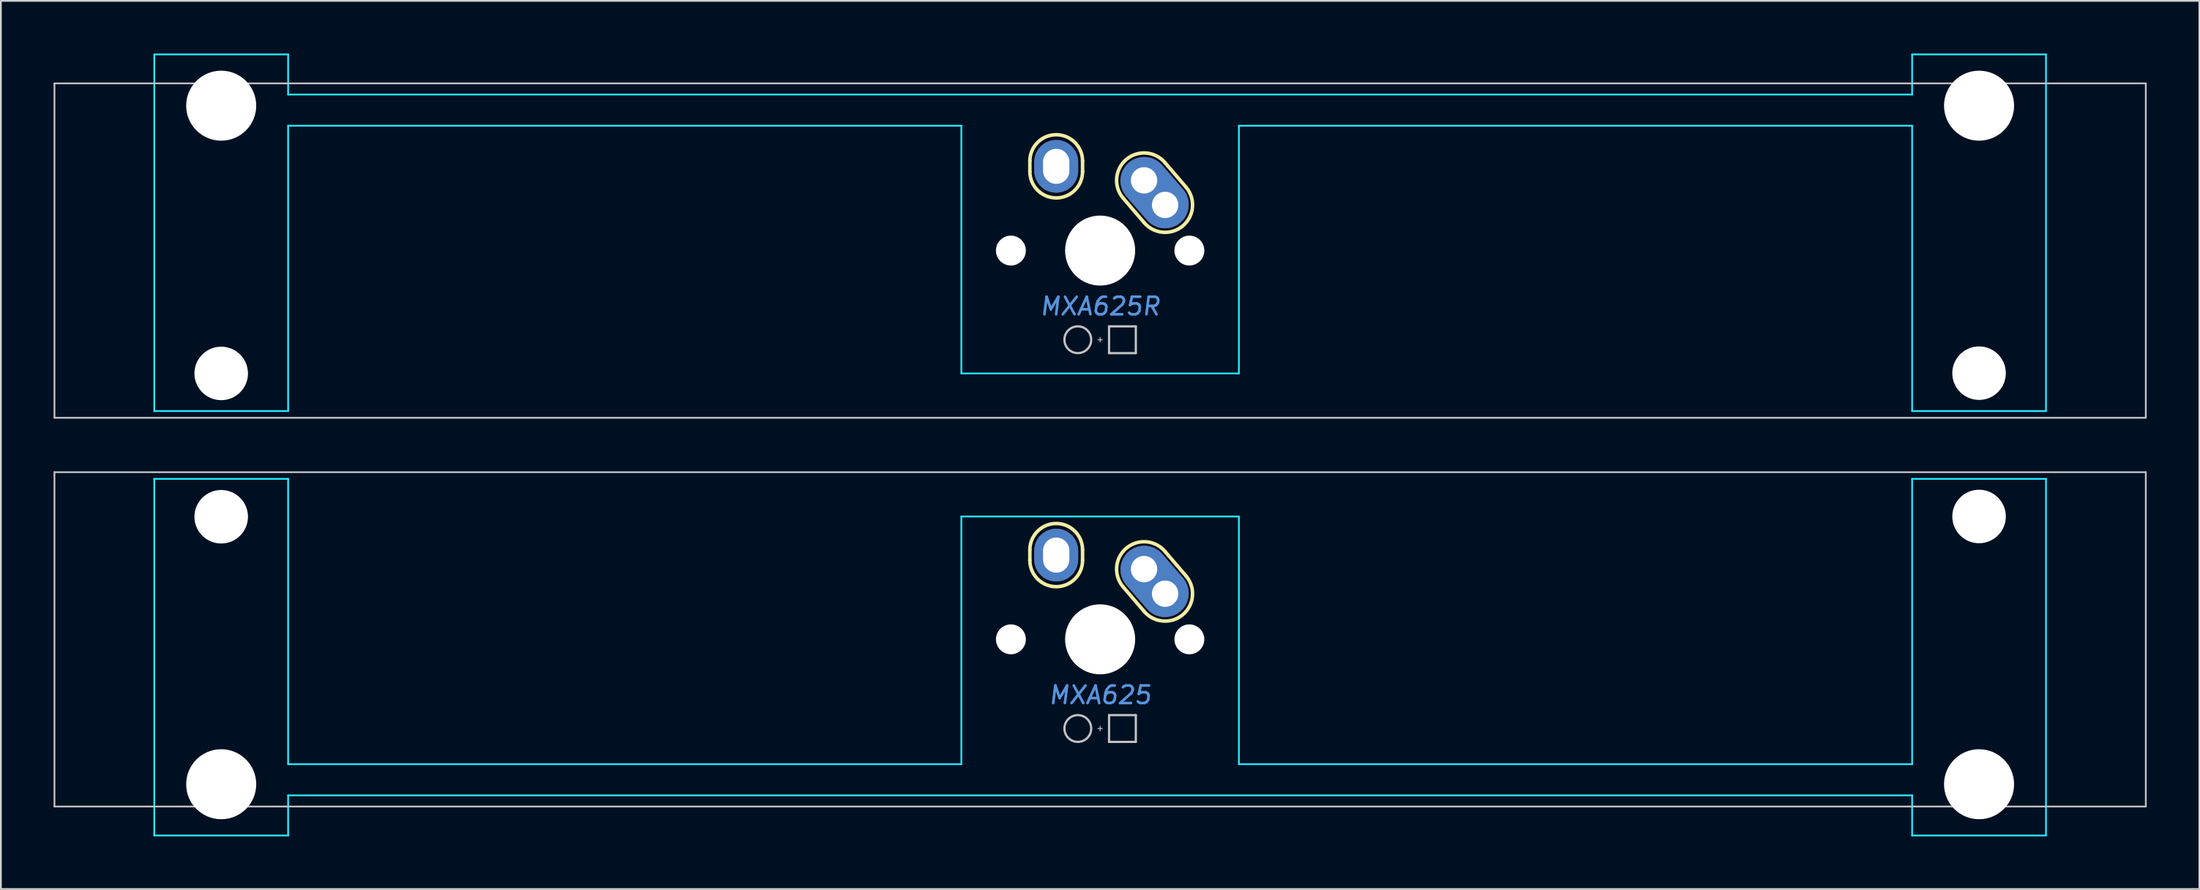
<source format=kicad_pcb>
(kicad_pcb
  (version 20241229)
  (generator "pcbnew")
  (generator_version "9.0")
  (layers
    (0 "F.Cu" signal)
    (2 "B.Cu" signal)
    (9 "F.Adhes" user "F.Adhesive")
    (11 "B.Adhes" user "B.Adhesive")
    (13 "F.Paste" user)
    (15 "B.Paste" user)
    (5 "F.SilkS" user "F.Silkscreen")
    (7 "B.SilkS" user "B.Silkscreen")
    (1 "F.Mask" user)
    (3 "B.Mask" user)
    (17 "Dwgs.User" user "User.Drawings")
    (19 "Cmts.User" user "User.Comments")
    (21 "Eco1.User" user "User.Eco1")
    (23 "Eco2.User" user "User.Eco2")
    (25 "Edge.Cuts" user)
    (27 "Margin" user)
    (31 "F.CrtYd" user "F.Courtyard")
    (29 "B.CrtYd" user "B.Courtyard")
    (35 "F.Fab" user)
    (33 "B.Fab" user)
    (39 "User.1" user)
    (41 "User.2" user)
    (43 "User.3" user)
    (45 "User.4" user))
  (footprint "MXA625"
    (layer "F.Cu")
    (at 59.581 33.376)
    (property "Reference" "MXA625" (at 0 3.175 0) (layer "Cmts.User") (effects (font (size 1 1) (thickness 0.15) (italic yes))))
    (attr through_hole)
    (fp_line (start -4 -4.5) (end -4 -5.1) (stroke (width 0.2) (type solid)) (layer "F.SilkS"))
    (fp_line (start -1 -4.5) (end -1 -5.1) (stroke (width 0.2) (type solid)) (layer "F.SilkS"))
    (fp_line (start 1.3 -3) (end 2.5 -1.6) (stroke (width 0.2) (type solid)) (layer "F.SilkS"))
    (fp_line (start 3.7 -5) (end 4.9 -3.6) (stroke (width 0.2) (type solid)) (layer "F.SilkS"))
    (fp_arc (start -4 -5.1) (mid -2.5 -6.6) (end -1 -5.1) (stroke (width 0.2) (type solid)) (layer "F.SilkS"))
    (fp_arc (start -1 -4.5) (mid -2.5 -3) (end -4 -4.5) (stroke (width 0.2) (type solid)) (layer "F.SilkS"))
    (fp_arc (start 1.3 -3) (mid 1.5 -5.2) (end 3.7 -5) (stroke (width 0.2) (type solid)) (layer "F.SilkS"))
    (fp_arc (start 4.9 -3.6) (mid 4.7 -1.4) (end 2.5 -1.6) (stroke (width 0.2) (type solid)) (layer "F.SilkS"))
    (fp_line (start -59.531 -9.525) (end -59.531 9.525) (stroke (width 0.1) (type solid)) (layer "Dwgs.User"))
    (fp_line (start -59.531 -9.525) (end 59.531 -9.525) (stroke (width 0.1) (type solid)) (layer "Dwgs.User"))
    (fp_line (start -59.531 9.525) (end 59.531 9.525) (stroke (width 0.1) (type solid)) (layer "Dwgs.User"))
    (fp_line (start -0.127 5.08) (end 0.127 5.08) (stroke (width 0.051) (type solid)) (layer "Dwgs.User"))
    (fp_line (start 0 5.207) (end 0 4.953) (stroke (width 0.051) (type solid)) (layer "Dwgs.User"))
    (fp_line (start 0.508 4.318) (end 0.508 5.842) (stroke (width 0.127) (type solid)) (layer "Dwgs.User"))
    (fp_line (start 0.508 4.318) (end 2.032 4.318) (stroke (width 0.127) (type solid)) (layer "Dwgs.User"))
    (fp_line (start 0.508 5.842) (end 2.032 5.842) (stroke (width 0.127) (type solid)) (layer "Dwgs.User"))
    (fp_line (start 2.032 5.842) (end 2.032 4.318) (stroke (width 0.127) (type solid)) (layer "Dwgs.User"))
    (fp_line (start 59.531 -9.525) (end 59.531 9.525) (stroke (width 0.1) (type solid)) (layer "Dwgs.User"))
    (fp_circle (center -1.27 5.08) (end -0.508 5.08) (stroke (width 0.127) (type solid)) (fill no) (layer "Dwgs.User"))
    (fp_line (start -53.848 -9.144) (end -53.848 11.176) (stroke (width 0.1) (type solid)) (layer "B.CrtYd"))
    (fp_line (start -53.848 -9.144) (end -46.228 -9.144) (stroke (width 0.1) (type solid)) (layer "B.CrtYd"))
    (fp_line (start -53.848 11.176) (end -46.228 11.176) (stroke (width 0.1) (type solid)) (layer "B.CrtYd"))
    (fp_line (start -46.228 7.112) (end -46.228 -9.144) (stroke (width 0.1) (type solid)) (layer "B.CrtYd"))
    (fp_line (start -46.228 7.112) (end -7.9 7.112) (stroke (width 0.1) (type solid)) (layer "B.CrtYd"))
    (fp_line (start -46.228 8.89) (end -46.228 11.176) (stroke (width 0.1) (type solid)) (layer "B.CrtYd"))
    (fp_line (start -46.228 8.89) (end 46.228 8.89) (stroke (width 0.1) (type solid)) (layer "B.CrtYd"))
    (fp_line (start -7.9 -7) (end -7.9 7.112) (stroke (width 0.1) (type solid)) (layer "B.CrtYd"))
    (fp_line (start -7.9 -7) (end 7.9 -7) (stroke (width 0.1) (type solid)) (layer "B.CrtYd"))
    (fp_line (start 7.9 -7) (end 7.9 7.112) (stroke (width 0.1) (type solid)) (layer "B.CrtYd"))
    (fp_line (start 46.228 7.112) (end 7.9 7.112) (stroke (width 0.1) (type solid)) (layer "B.CrtYd"))
    (fp_line (start 46.228 7.112) (end 46.228 -9.144) (stroke (width 0.1) (type solid)) (layer "B.CrtYd"))
    (fp_line (start 46.228 8.89) (end 46.228 11.176) (stroke (width 0.1) (type solid)) (layer "B.CrtYd"))
    (fp_line (start 53.848 -9.144) (end 46.228 -9.144) (stroke (width 0.1) (type solid)) (layer "B.CrtYd"))
    (fp_line (start 53.848 -9.144) (end 53.848 11.176) (stroke (width 0.1) (type solid)) (layer "B.CrtYd"))
    (fp_line (start 53.848 11.176) (end 46.228 11.176) (stroke (width 0.1) (type solid)) (layer "B.CrtYd"))
    (pad "" np_thru_hole circle (at -50.038 -6.985 180) (size 3.048 3.048) (drill 3.048) (layers "*.Cu" "*.Mask"))
    (pad "" np_thru_hole circle (at -50.038 8.255 180) (size 3.988 3.988) (drill 3.988) (layers "*.Cu" "*.Mask"))
    (pad "" np_thru_hole circle (at -5.08 0) (size 1.702 1.702) (drill 1.702) (layers "*.Cu" "*.Mask"))
    (pad "" np_thru_hole circle (at 0 0) (size 3.988 3.988) (drill 3.988) (layers "*.Cu" "*.Mask"))
    (pad "" np_thru_hole circle (at 5.08 0) (size 1.702 1.702) (drill 1.702) (layers "*.Cu" "*.Mask"))
    (pad "" np_thru_hole circle (at 50.038 -7 180) (size 3.048 3.048) (drill 3.048) (layers "*.Cu" "*.Mask"))
    (pad "" np_thru_hole circle (at 50.038 8.255 180) (size 3.988 3.988) (drill 3.988) (layers "*.Cu" "*.Mask"))
    (pad "1" thru_hole oval (at -2.5 -4.8) (size 2.5 3) (drill oval 1.5 2) (layers "*.Cu" "*.Mask"))
    (pad "2" thru_hole circle (at 2.5 -4) (size 2.5 2.5) (drill 1.5) (layers "*.Cu" "*.Mask"))
    (pad "2" smd oval (at 3.1 -3.3 221) (size 2.7 4.5) (layers "F.Cu" "F.Mask"))
    (pad "2" smd oval (at 3.1 -3.3 221) (size 2.7 4.5) (layers "B.Cu" "B.Mask"))
    (pad "2" thru_hole circle (at 3.7 -2.6) (size 2.5 2.5) (drill 1.5) (layers "*.Cu" "*.Mask")))
  (footprint "MXA625R"
    (layer "F.Cu")
    (at 59.581 11.226)
    (property "Reference" "MXA625R" (at 0 3.175 0) (layer "Cmts.User") (effects (font (size 1 1) (thickness 0.15) (italic yes))))
    (attr through_hole)
    (fp_line (start -4 -4.5) (end -4 -5.1) (stroke (width 0.2) (type solid)) (layer "F.SilkS"))
    (fp_line (start -1 -4.5) (end -1 -5.1) (stroke (width 0.2) (type solid)) (layer "F.SilkS"))
    (fp_line (start 1.3 -3) (end 2.5 -1.6) (stroke (width 0.2) (type solid)) (layer "F.SilkS"))
    (fp_line (start 3.7 -5) (end 4.9 -3.6) (stroke (width 0.2) (type solid)) (layer "F.SilkS"))
    (fp_arc (start -4 -5.1) (mid -2.5 -6.6) (end -1 -5.1) (stroke (width 0.2) (type solid)) (layer "F.SilkS"))
    (fp_arc (start -1 -4.5) (mid -2.5 -3) (end -4 -4.5) (stroke (width 0.2) (type solid)) (layer "F.SilkS"))
    (fp_arc (start 1.3 -3) (mid 1.5 -5.2) (end 3.7 -5) (stroke (width 0.2) (type solid)) (layer "F.SilkS"))
    (fp_arc (start 4.9 -3.6) (mid 4.7 -1.4) (end 2.5 -1.6) (stroke (width 0.2) (type solid)) (layer "F.SilkS"))
    (fp_line (start -59.531 -9.525) (end -59.531 9.525) (stroke (width 0.1) (type solid)) (layer "Dwgs.User"))
    (fp_line (start -59.531 -9.525) (end 59.531 -9.525) (stroke (width 0.1) (type solid)) (layer "Dwgs.User"))
    (fp_line (start -59.531 9.525) (end 59.531 9.525) (stroke (width 0.1) (type solid)) (layer "Dwgs.User"))
    (fp_line (start -0.127 5.08) (end 0.127 5.08) (stroke (width 0.051) (type solid)) (layer "Dwgs.User"))
    (fp_line (start 0 5.207) (end 0 4.953) (stroke (width 0.051) (type solid)) (layer "Dwgs.User"))
    (fp_line (start 0.508 4.318) (end 0.508 5.842) (stroke (width 0.127) (type solid)) (layer "Dwgs.User"))
    (fp_line (start 0.508 4.318) (end 2.032 4.318) (stroke (width 0.127) (type solid)) (layer "Dwgs.User"))
    (fp_line (start 0.508 5.842) (end 2.032 5.842) (stroke (width 0.127) (type solid)) (layer "Dwgs.User"))
    (fp_line (start 2.032 5.842) (end 2.032 4.318) (stroke (width 0.127) (type solid)) (layer "Dwgs.User"))
    (fp_line (start 59.531 -9.525) (end 59.531 9.525) (stroke (width 0.1) (type solid)) (layer "Dwgs.User"))
    (fp_circle (center -1.27 5.08) (end -0.508 5.08) (stroke (width 0.127) (type solid)) (fill no) (layer "Dwgs.User"))
    (fp_line (start -53.848 -11.176) (end -46.228 -11.176) (stroke (width 0.1) (type solid)) (layer "B.CrtYd"))
    (fp_line (start -53.848 9.144) (end -53.848 -11.176) (stroke (width 0.1) (type solid)) (layer "B.CrtYd"))
    (fp_line (start -53.848 9.144) (end -46.228 9.144) (stroke (width 0.1) (type solid)) (layer "B.CrtYd"))
    (fp_line (start -46.228 -8.89) (end -46.228 -11.176) (stroke (width 0.1) (type solid)) (layer "B.CrtYd"))
    (fp_line (start -46.228 -7.112) (end -46.228 9.144) (stroke (width 0.1) (type solid)) (layer "B.CrtYd"))
    (fp_line (start -46.228 -7.112) (end -7.9 -7.112) (stroke (width 0.1) (type solid)) (layer "B.CrtYd"))
    (fp_line (start -7.9 7) (end -7.9 -7.112) (stroke (width 0.1) (type solid)) (layer "B.CrtYd"))
    (fp_line (start 7.9 7) (end -7.9 7) (stroke (width 0.1) (type solid)) (layer "B.CrtYd"))
    (fp_line (start 7.9 7) (end 7.9 -7.112) (stroke (width 0.1) (type solid)) (layer "B.CrtYd"))
    (fp_line (start 46.228 -8.89) (end -46.228 -8.89) (stroke (width 0.1) (type solid)) (layer "B.CrtYd"))
    (fp_line (start 46.228 -8.89) (end 46.228 -11.176) (stroke (width 0.1) (type solid)) (layer "B.CrtYd"))
    (fp_line (start 46.228 -7.112) (end 7.9 -7.112) (stroke (width 0.1) (type solid)) (layer "B.CrtYd"))
    (fp_line (start 46.228 -7.112) (end 46.228 9.144) (stroke (width 0.1) (type solid)) (layer "B.CrtYd"))
    (fp_line (start 53.848 -11.176) (end 46.228 -11.176) (stroke (width 0.1) (type solid)) (layer "B.CrtYd"))
    (fp_line (start 53.848 9.144) (end 46.228 9.144) (stroke (width 0.1) (type solid)) (layer "B.CrtYd"))
    (fp_line (start 53.848 9.144) (end 53.848 -11.176) (stroke (width 0.1) (type solid)) (layer "B.CrtYd"))
    (pad "" np_thru_hole circle (at -50.038 -8.255) (size 3.988 3.988) (drill 3.988) (layers "*.Cu" "*.Mask"))
    (pad "" np_thru_hole circle (at -50.038 7) (size 3.048 3.048) (drill 3.048) (layers "*.Cu" "*.Mask"))
    (pad "" np_thru_hole circle (at -5.08 0) (size 1.702 1.702) (drill 1.702) (layers "*.Cu" "*.Mask"))
    (pad "" np_thru_hole circle (at 0 0) (size 3.988 3.988) (drill 3.988) (layers "*.Cu" "*.Mask"))
    (pad "" np_thru_hole circle (at 5.08 0) (size 1.702 1.702) (drill 1.702) (layers "*.Cu" "*.Mask"))
    (pad "" np_thru_hole circle (at 50.038 -8.255) (size 3.988 3.988) (drill 3.988) (layers "*.Cu" "*.Mask"))
    (pad "" np_thru_hole circle (at 50.038 6.985) (size 3.048 3.048) (drill 3.048) (layers "*.Cu" "*.Mask"))
    (pad "1" thru_hole oval (at -2.5 -4.8) (size 2.5 3) (drill oval 1.5 2) (layers "*.Cu" "*.Mask"))
    (pad "2" thru_hole circle (at 2.5 -4) (size 2.5 2.5) (drill 1.5) (layers "*.Cu" "*.Mask"))
    (pad "2" smd oval (at 3.1 -3.3 221) (size 2.7 4.5) (layers "F.Cu" "F.Mask"))
    (pad "2" smd oval (at 3.1 -3.3 221) (size 2.7 4.5) (layers "B.Cu" "B.Mask"))
    (pad "2" thru_hole circle (at 3.7 -2.6) (size 2.5 2.5) (drill 1.5) (layers "*.Cu" "*.Mask")))
  (gr_rect
    (start -3 -3)
    (end 122.162 47.602)
    (stroke (width 0.1) (type default))
    (fill no)
    (layer "Edge.Cuts")))
</source>
